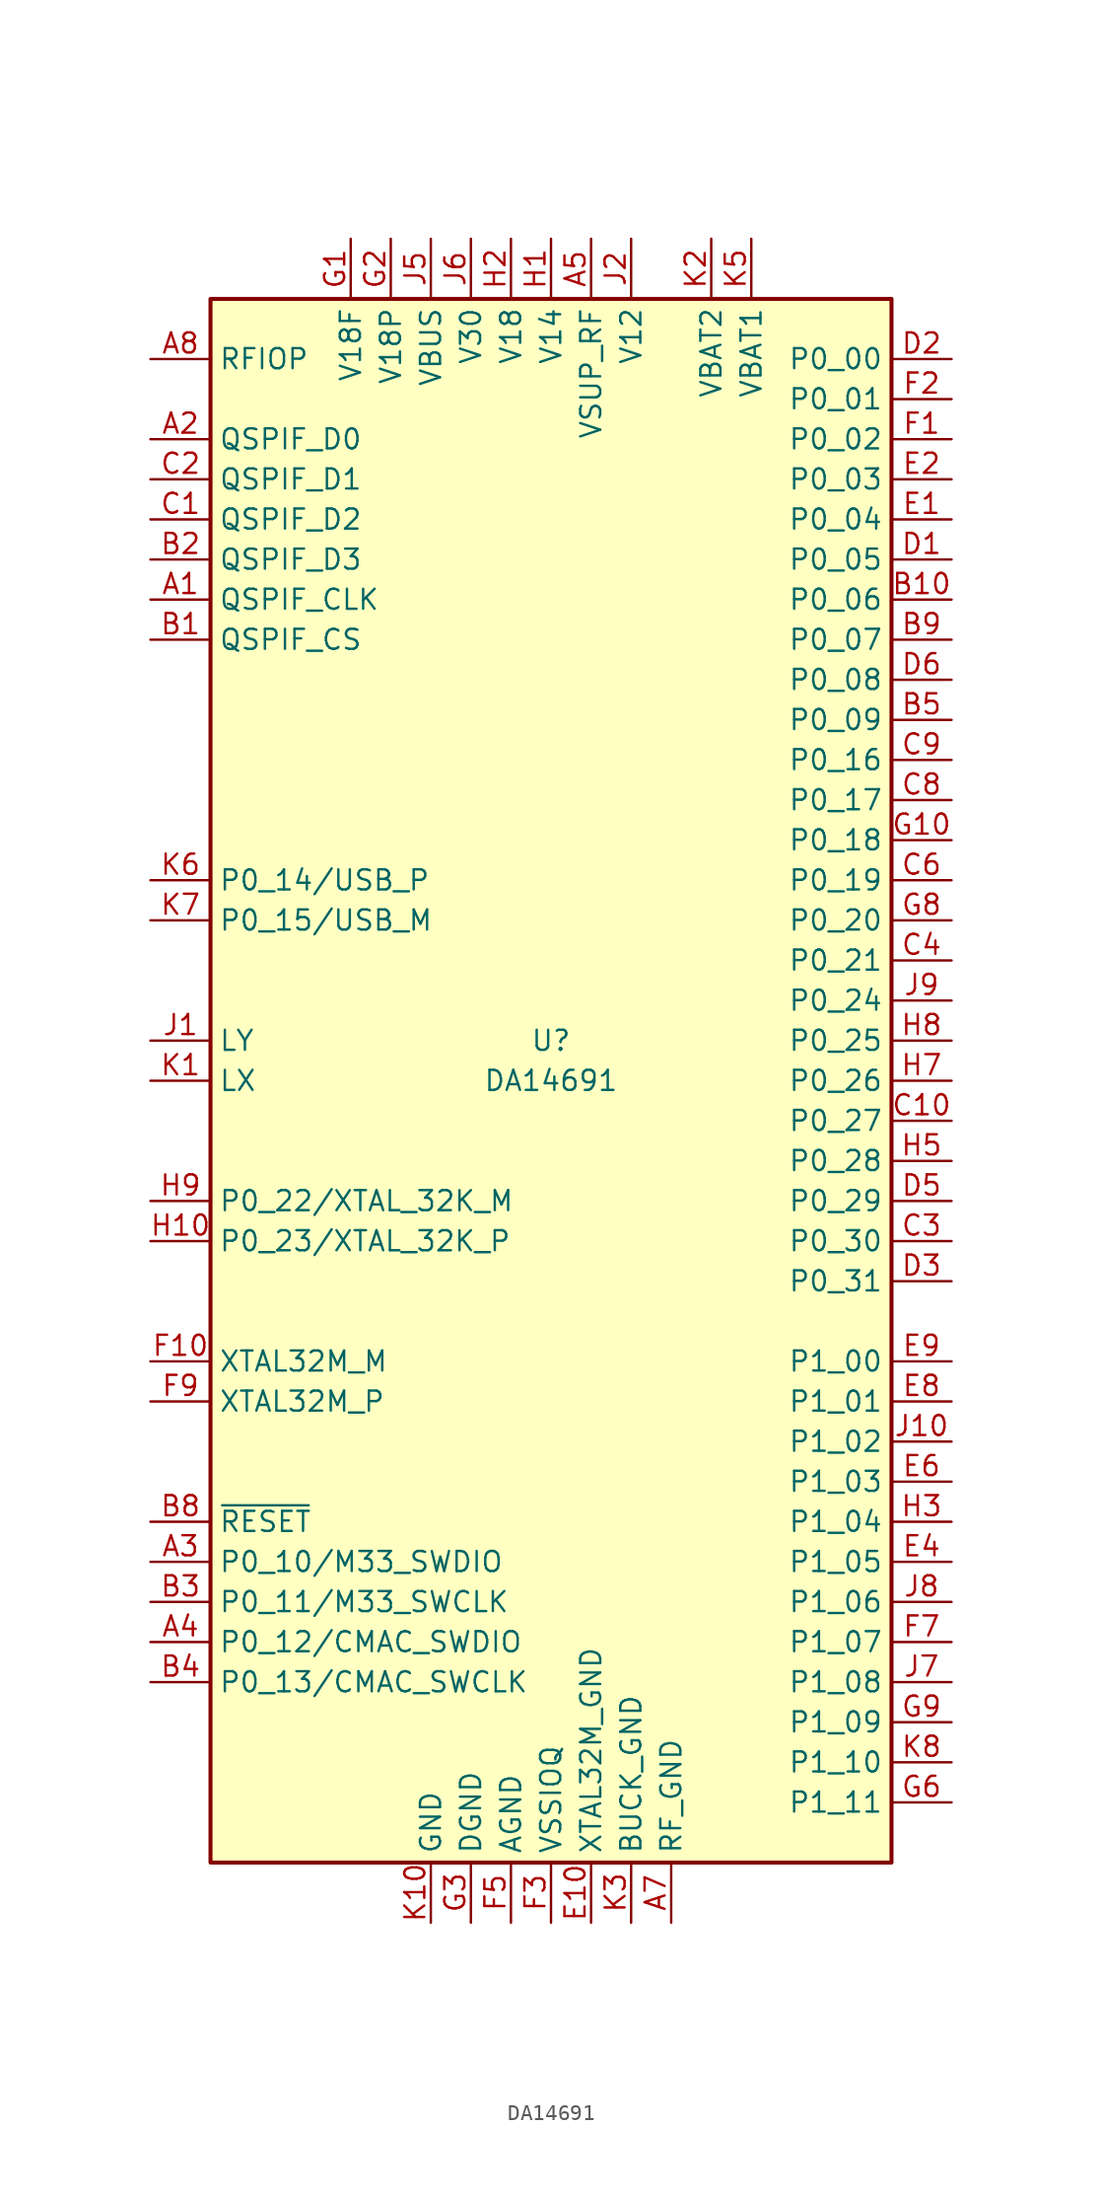
<source format=kicad_sym>
(kicad_symbol_lib
  (version 20241209)
  (generator "kicad_symbol_editor")
  (generator_version "9.0")
  (symbol "DA14691"
    (property "Reference" "U"
      (at 0 2.54 0)
      (effects (font (size 1.27 1.27))))
    (property "Value" "DA14691"
      (at 0 0 0)
      (effects (font (size 1.27 1.27))))
    (symbol "DA14691_1_1"
      (rectangle (start -21.59 49.53) (end 21.59 -49.53) (stroke (width 0.254) (type default)) (fill (type background)))
      (pin bidirectional line (at -25.4 45.72 0) (length 3.81) (name "RFIOP" (effects (font (size 1.27 1.27)))) (number "A8" (effects (font (size 1.27 1.27)))))
      (pin bidirectional line (at -25.4 40.64 0) (length 3.81) (name "QSPIF_D0" (effects (font (size 1.27 1.27)))) (number "A2" (effects (font (size 1.27 1.27)))))
      (pin bidirectional line (at -25.4 38.1 0) (length 3.81) (name "QSPIF_D1" (effects (font (size 1.27 1.27)))) (number "C2" (effects (font (size 1.27 1.27)))))
      (pin bidirectional line (at -25.4 35.56 0) (length 3.81) (name "QSPIF_D2" (effects (font (size 1.27 1.27)))) (number "C1" (effects (font (size 1.27 1.27)))))
      (pin bidirectional line (at -25.4 33.02 0) (length 3.81) (name "QSPIF_D3" (effects (font (size 1.27 1.27)))) (number "B2" (effects (font (size 1.27 1.27)))))
      (pin output line (at -25.4 30.48 0) (length 3.81) (name "QSPIF_CLK" (effects (font (size 1.27 1.27)))) (number "A1" (effects (font (size 1.27 1.27)))))
      (pin output line (at -25.4 27.94 0) (length 3.81) (name "QSPIF_CS" (effects (font (size 1.27 1.27)))) (number "B1" (effects (font (size 1.27 1.27)))))
      (pin bidirectional line (at -25.4 12.7 0) (length 3.81) (name "P0_14/USB_P" (effects (font (size 1.27 1.27)))) (number "K6" (effects (font (size 1.27 1.27)))))
      (pin bidirectional line (at -25.4 10.16 0) (length 3.81) (name "P0_15/USB_M" (effects (font (size 1.27 1.27)))) (number "K7" (effects (font (size 1.27 1.27)))))
      (pin passive line (at -25.4 2.54 0) (length 3.81) (name "LY" (effects (font (size 1.27 1.27)))) (number "J1" (effects (font (size 1.27 1.27)))))
      (pin passive line (at -25.4 0 0) (length 3.81) (name "LX" (effects (font (size 1.27 1.27)))) (number "K1" (effects (font (size 1.27 1.27)))))
      (pin bidirectional line (at -25.4 -7.62 0) (length 3.81) (name "P0_22/XTAL_32K_M" (effects (font (size 1.27 1.27)))) (number "H9" (effects (font (size 1.27 1.27)))))
      (pin bidirectional line (at -25.4 -10.16 0) (length 3.81) (name "P0_23/XTAL_32K_P" (effects (font (size 1.27 1.27)))) (number "H10" (effects (font (size 1.27 1.27)))))
      (pin output line (at -25.4 -17.78 0) (length 3.81) (name "XTAL32M_M" (effects (font (size 1.27 1.27)))) (number "F10" (effects (font (size 1.27 1.27)))))
      (pin input line (at -25.4 -20.32 0) (length 3.81) (name "XTAL32M_P" (effects (font (size 1.27 1.27)))) (number "F9" (effects (font (size 1.27 1.27)))))
      (pin input line (at -25.4 -27.94 0) (length 3.81) (name "~{RESET}" (effects (font (size 1.27 1.27)))) (number "B8" (effects (font (size 1.27 1.27)))))
      (pin bidirectional line (at -25.4 -30.48 0) (length 3.81) (name "P0_10/M33_SWDIO" (effects (font (size 1.27 1.27)))) (number "A3" (effects (font (size 1.27 1.27)))))
      (pin bidirectional line (at -25.4 -33.02 0) (length 3.81) (name "P0_11/M33_SWCLK" (effects (font (size 1.27 1.27)))) (number "B3" (effects (font (size 1.27 1.27)))))
      (pin bidirectional line (at -25.4 -35.56 0) (length 3.81) (name "P0_12/CMAC_SWDIO" (effects (font (size 1.27 1.27)))) (number "A4" (effects (font (size 1.27 1.27)))))
      (pin bidirectional line (at -25.4 -38.1 0) (length 3.81) (name "P0_13/CMAC_SWCLK" (effects (font (size 1.27 1.27)))) (number "B4" (effects (font (size 1.27 1.27)))))
      (pin no_connect line (at -20.32 -45.72 0) (length 3.81) (hide yes) (name "NC" (effects (font (size 1.27 1.27)))) (number "J4" (effects (font (size 1.27 1.27)))))
      (pin no_connect line (at -20.32 -48.26 0) (length 3.81) (hide yes) (name "NC" (effects (font (size 1.27 1.27)))) (number "K4" (effects (font (size 1.27 1.27)))))
      (pin power_out line (at -12.7 53.34 270) (length 3.81) (name "V18F" (effects (font (size 1.27 1.27)))) (number "G1" (effects (font (size 1.27 1.27)))))
      (pin power_out line (at -10.16 53.34 270) (length 3.81) (name "V18P" (effects (font (size 1.27 1.27)))) (number "G2" (effects (font (size 1.27 1.27)))))
      (pin power_in line (at -7.62 53.34 270) (length 3.81) (name "VBUS" (effects (font (size 1.27 1.27)))) (number "J5" (effects (font (size 1.27 1.27)))))
      (pin passive line (at -7.62 -53.34 90) (length 3.81) (hide yes) (name "GND" (effects (font (size 1.27 1.27)))) (number "J3" (effects (font (size 1.27 1.27)))))
      (pin power_in line (at -7.62 -53.34 90) (length 3.81) (name "GND" (effects (font (size 1.27 1.27)))) (number "K10" (effects (font (size 1.27 1.27)))))
      (pin passive line (at -7.62 -53.34 90) (length 3.81) (hide yes) (name "GND" (effects (font (size 1.27 1.27)))) (number "K9" (effects (font (size 1.27 1.27)))))
      (pin power_out line (at -5.08 53.34 270) (length 3.81) (name "V30" (effects (font (size 1.27 1.27)))) (number "J6" (effects (font (size 1.27 1.27)))))
      (pin passive line (at -5.08 -53.34 90) (length 3.81) (hide yes) (name "DGND" (effects (font (size 1.27 1.27)))) (number "F4" (effects (font (size 1.27 1.27)))))
      (pin power_in line (at -5.08 -53.34 90) (length 3.81) (name "DGND" (effects (font (size 1.27 1.27)))) (number "G3" (effects (font (size 1.27 1.27)))))
      (pin passive line (at -5.08 -53.34 90) (length 3.81) (hide yes) (name "DGND" (effects (font (size 1.27 1.27)))) (number "G4" (effects (font (size 1.27 1.27)))))
      (pin power_out line (at -2.54 53.34 270) (length 3.81) (name "V18" (effects (font (size 1.27 1.27)))) (number "H2" (effects (font (size 1.27 1.27)))))
      (pin power_in line (at -2.54 -53.34 90) (length 3.81) (name "AGND" (effects (font (size 1.27 1.27)))) (number "F5" (effects (font (size 1.27 1.27)))))
      (pin passive line (at -2.54 -53.34 90) (length 3.81) (hide yes) (name "AGND" (effects (font (size 1.27 1.27)))) (number "G5" (effects (font (size 1.27 1.27)))))
      (pin power_out line (at 0 53.34 270) (length 3.81) (name "V14" (effects (font (size 1.27 1.27)))) (number "H1" (effects (font (size 1.27 1.27)))))
      (pin power_in line (at 0 -53.34 90) (length 3.81) (name "VSSIOQ" (effects (font (size 1.27 1.27)))) (number "F3" (effects (font (size 1.27 1.27)))))
      (pin power_in line (at 2.54 53.34 270) (length 3.81) (name "VSUP_RF" (effects (font (size 1.27 1.27)))) (number "A5" (effects (font (size 1.27 1.27)))))
      (pin passive line (at 2.54 -53.34 90) (length 3.81) (name "XTAL32M_GND" (effects (font (size 1.27 1.27)))) (number "E10" (effects (font (size 1.27 1.27)))))
      (pin power_out line (at 5.08 53.34 270) (length 3.81) (name "V12" (effects (font (size 1.27 1.27)))) (number "J2" (effects (font (size 1.27 1.27)))))
      (pin power_in line (at 5.08 -53.34 90) (length 3.81) (name "BUCK_GND" (effects (font (size 1.27 1.27)))) (number "K3" (effects (font (size 1.27 1.27)))))
      (pin passive line (at 7.62 -53.34 90) (length 3.81) (hide yes) (name "RF_GND" (effects (font (size 1.27 1.27)))) (number "A10" (effects (font (size 1.27 1.27)))))
      (pin passive line (at 7.62 -53.34 90) (length 3.81) (hide yes) (name "RF_GND" (effects (font (size 1.27 1.27)))) (number "A6" (effects (font (size 1.27 1.27)))))
      (pin power_in line (at 7.62 -53.34 90) (length 3.81) (name "RF_GND" (effects (font (size 1.27 1.27)))) (number "A7" (effects (font (size 1.27 1.27)))))
      (pin passive line (at 7.62 -53.34 90) (length 3.81) (hide yes) (name "RF_GND" (effects (font (size 1.27 1.27)))) (number "A9" (effects (font (size 1.27 1.27)))))
      (pin passive line (at 7.62 -53.34 90) (length 3.81) (hide yes) (name "RF_GND" (effects (font (size 1.27 1.27)))) (number "B7" (effects (font (size 1.27 1.27)))))
      (pin passive line (at 7.62 -53.34 90) (length 3.81) (hide yes) (name "RF_GND" (effects (font (size 1.27 1.27)))) (number "D10" (effects (font (size 1.27 1.27)))))
      (pin passive line (at 7.62 -53.34 90) (length 3.81) (hide yes) (name "RF_GND" (effects (font (size 1.27 1.27)))) (number "D9" (effects (font (size 1.27 1.27)))))
      (pin power_out line (at 10.16 53.34 270) (length 3.81) (name "VBAT2" (effects (font (size 1.27 1.27)))) (number "K2" (effects (font (size 1.27 1.27)))))
      (pin power_out line (at 12.7 53.34 270) (length 3.81) (name "VBAT1" (effects (font (size 1.27 1.27)))) (number "K5" (effects (font (size 1.27 1.27)))))
      (pin bidirectional line (at 25.4 45.72 180) (length 3.81) (name "P0_00" (effects (font (size 1.27 1.27)))) (number "D2" (effects (font (size 1.27 1.27)))))
      (pin bidirectional line (at 25.4 43.18 180) (length 3.81) (name "P0_01" (effects (font (size 1.27 1.27)))) (number "F2" (effects (font (size 1.27 1.27)))))
      (pin bidirectional line (at 25.4 40.64 180) (length 3.81) (name "P0_02" (effects (font (size 1.27 1.27)))) (number "F1" (effects (font (size 1.27 1.27)))))
      (pin bidirectional line (at 25.4 38.1 180) (length 3.81) (name "P0_03" (effects (font (size 1.27 1.27)))) (number "E2" (effects (font (size 1.27 1.27)))))
      (pin bidirectional line (at 25.4 35.56 180) (length 3.81) (name "P0_04" (effects (font (size 1.27 1.27)))) (number "E1" (effects (font (size 1.27 1.27)))))
      (pin bidirectional line (at 25.4 33.02 180) (length 3.81) (name "P0_05" (effects (font (size 1.27 1.27)))) (number "D1" (effects (font (size 1.27 1.27)))))
      (pin bidirectional line (at 25.4 30.48 180) (length 3.81) (name "P0_06" (effects (font (size 1.27 1.27)))) (number "B10" (effects (font (size 1.27 1.27)))))
      (pin bidirectional line (at 25.4 27.94 180) (length 3.81) (name "P0_07" (effects (font (size 1.27 1.27)))) (number "B9" (effects (font (size 1.27 1.27)))))
      (pin bidirectional line (at 25.4 25.4 180) (length 3.81) (name "P0_08" (effects (font (size 1.27 1.27)))) (number "D6" (effects (font (size 1.27 1.27)))))
      (pin bidirectional line (at 25.4 22.86 180) (length 3.81) (name "P0_09" (effects (font (size 1.27 1.27)))) (number "B5" (effects (font (size 1.27 1.27)))))
      (pin bidirectional line (at 25.4 20.32 180) (length 3.81) (name "P0_16" (effects (font (size 1.27 1.27)))) (number "C9" (effects (font (size 1.27 1.27)))))
      (pin bidirectional line (at 25.4 17.78 180) (length 3.81) (name "P0_17" (effects (font (size 1.27 1.27)))) (number "C8" (effects (font (size 1.27 1.27)))))
      (pin bidirectional line (at 25.4 15.24 180) (length 3.81) (name "P0_18" (effects (font (size 1.27 1.27)))) (number "G10" (effects (font (size 1.27 1.27)))))
      (pin bidirectional line (at 25.4 12.7 180) (length 3.81) (name "P0_19" (effects (font (size 1.27 1.27)))) (number "C6" (effects (font (size 1.27 1.27)))))
      (pin bidirectional line (at 25.4 10.16 180) (length 3.81) (name "P0_20" (effects (font (size 1.27 1.27)))) (number "G8" (effects (font (size 1.27 1.27)))))
      (pin bidirectional line (at 25.4 7.62 180) (length 3.81) (name "P0_21" (effects (font (size 1.27 1.27)))) (number "C4" (effects (font (size 1.27 1.27)))))
      (pin bidirectional line (at 25.4 5.08 180) (length 3.81) (name "P0_24" (effects (font (size 1.27 1.27)))) (number "J9" (effects (font (size 1.27 1.27)))))
      (pin bidirectional line (at 25.4 2.54 180) (length 3.81) (name "P0_25" (effects (font (size 1.27 1.27)))) (number "H8" (effects (font (size 1.27 1.27)))))
      (pin bidirectional line (at 25.4 0 180) (length 3.81) (name "P0_26" (effects (font (size 1.27 1.27)))) (number "H7" (effects (font (size 1.27 1.27)))))
      (pin bidirectional line (at 25.4 -2.54 180) (length 3.81) (name "P0_27" (effects (font (size 1.27 1.27)))) (number "C10" (effects (font (size 1.27 1.27)))))
      (pin bidirectional line (at 25.4 -5.08 180) (length 3.81) (name "P0_28" (effects (font (size 1.27 1.27)))) (number "H5" (effects (font (size 1.27 1.27)))))
      (pin bidirectional line (at 25.4 -7.62 180) (length 3.81) (name "P0_29" (effects (font (size 1.27 1.27)))) (number "D5" (effects (font (size 1.27 1.27)))))
      (pin bidirectional line (at 25.4 -10.16 180) (length 3.81) (name "P0_30" (effects (font (size 1.27 1.27)))) (number "C3" (effects (font (size 1.27 1.27)))))
      (pin bidirectional line (at 25.4 -12.7 180) (length 3.81) (name "P0_31" (effects (font (size 1.27 1.27)))) (number "D3" (effects (font (size 1.27 1.27)))))
      (pin bidirectional line (at 25.4 -17.78 180) (length 3.81) (name "P1_00" (effects (font (size 1.27 1.27)))) (number "E9" (effects (font (size 1.27 1.27)))))
      (pin bidirectional line (at 25.4 -20.32 180) (length 3.81) (name "P1_01" (effects (font (size 1.27 1.27)))) (number "E8" (effects (font (size 1.27 1.27)))))
      (pin bidirectional line (at 25.4 -22.86 180) (length 3.81) (name "P1_02" (effects (font (size 1.27 1.27)))) (number "J10" (effects (font (size 1.27 1.27)))))
      (pin bidirectional line (at 25.4 -25.4 180) (length 3.81) (name "P1_03" (effects (font (size 1.27 1.27)))) (number "E6" (effects (font (size 1.27 1.27)))))
      (pin bidirectional line (at 25.4 -27.94 180) (length 3.81) (name "P1_04" (effects (font (size 1.27 1.27)))) (number "H3" (effects (font (size 1.27 1.27)))))
      (pin bidirectional line (at 25.4 -30.48 180) (length 3.81) (name "P1_05" (effects (font (size 1.27 1.27)))) (number "E4" (effects (font (size 1.27 1.27)))))
      (pin bidirectional line (at 25.4 -33.02 180) (length 3.81) (name "P1_06" (effects (font (size 1.27 1.27)))) (number "J8" (effects (font (size 1.27 1.27)))))
      (pin bidirectional line (at 25.4 -35.56 180) (length 3.81) (name "P1_07" (effects (font (size 1.27 1.27)))) (number "F7" (effects (font (size 1.27 1.27)))))
      (pin bidirectional line (at 25.4 -38.1 180) (length 3.81) (name "P1_08" (effects (font (size 1.27 1.27)))) (number "J7" (effects (font (size 1.27 1.27)))))
      (pin bidirectional line (at 25.4 -40.64 180) (length 3.81) (name "P1_09" (effects (font (size 1.27 1.27)))) (number "G9" (effects (font (size 1.27 1.27)))))
      (pin bidirectional line (at 25.4 -43.18 180) (length 3.81) (name "P1_10" (effects (font (size 1.27 1.27)))) (number "K8" (effects (font (size 1.27 1.27)))))
      (pin bidirectional line (at 25.4 -45.72 180) (length 3.81) (name "P1_11" (effects (font (size 1.27 1.27)))) (number "G6" (effects (font (size 1.27 1.27))))))))
</source>
